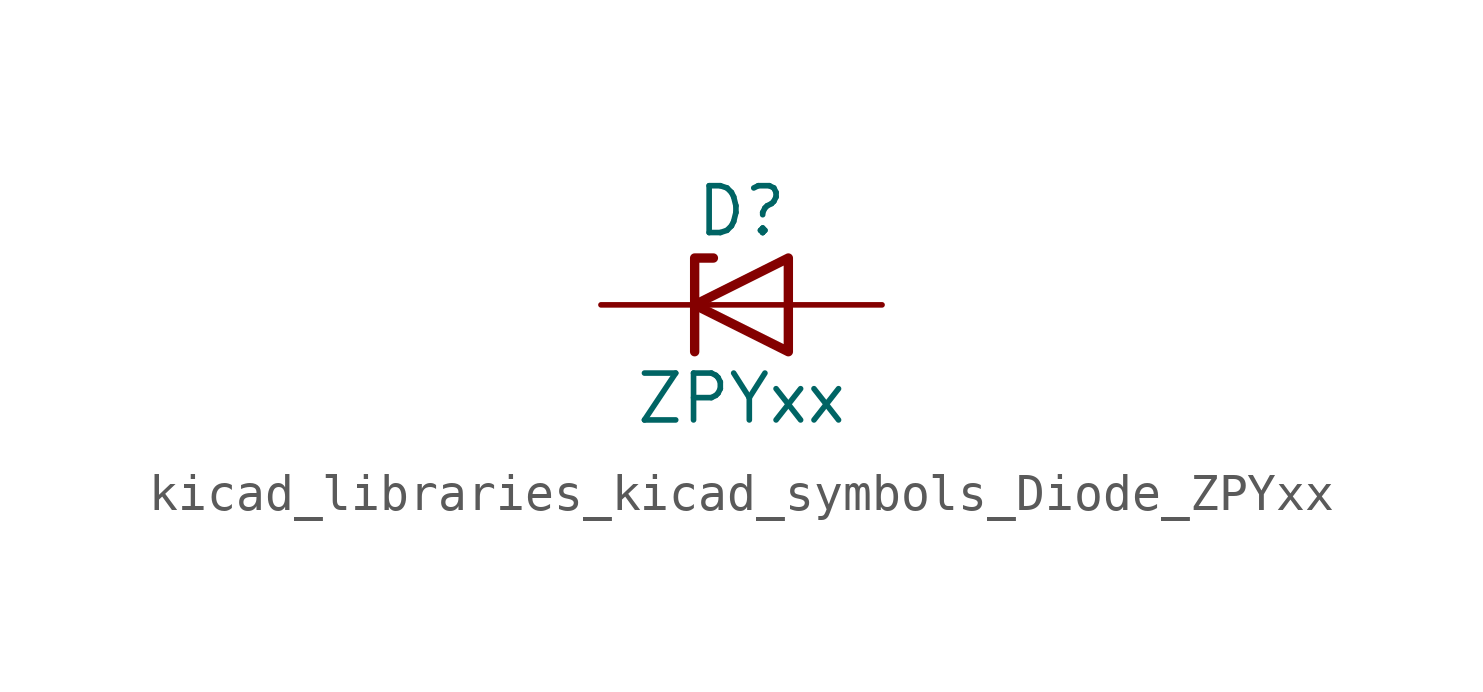
<source format=kicad_sym>
(kicad_symbol_lib
  (version 20220914)
  (generator kicad_symbol_editor)
  (symbol "kicad_libraries_kicad_symbols_Diode_ZPYxx"
    (pin_numbers hide)
    (pin_names hide)
    (property "Reference" "D"
      (at 0 2.54 0)
      (effects (font (size 1.27 1.27))))
    (property "Value" "ZPYxx"
      (at 0 -2.54 0)
      (effects (font (size 1.27 1.27))))
    (symbol "kicad_libraries_kicad_symbols_Diode_ZPYxx_0_1"
      (polyline (pts (xy 1.27 0) (xy -1.27 0)) (stroke (width 0) (type default)) (fill (type none)))
      (polyline (pts (xy -1.27 -1.27) (xy -1.27 1.27) (xy -0.762 1.27)) (stroke (width 0.254) (type default)) (fill (type none)))
      (polyline (pts (xy 1.27 -1.27) (xy 1.27 1.27) (xy -1.27 0) (xy 1.27 -1.27)) (stroke (width 0.254) (type default)) (fill (type none))))
    (symbol "kicad_libraries_kicad_symbols_Diode_ZPYxx_1_1"
      (pin passive line (at -3.81 0 0) (length 2.54) (name "K" (effects (font (size 1.27 1.27)))) (number "1" (effects (font (size 1.27 1.27)))))
      (pin passive line (at 3.81 0 180) (length 2.54) (name "A" (effects (font (size 1.27 1.27)))) (number "2" (effects (font (size 1.27 1.27))))))))
</source>
